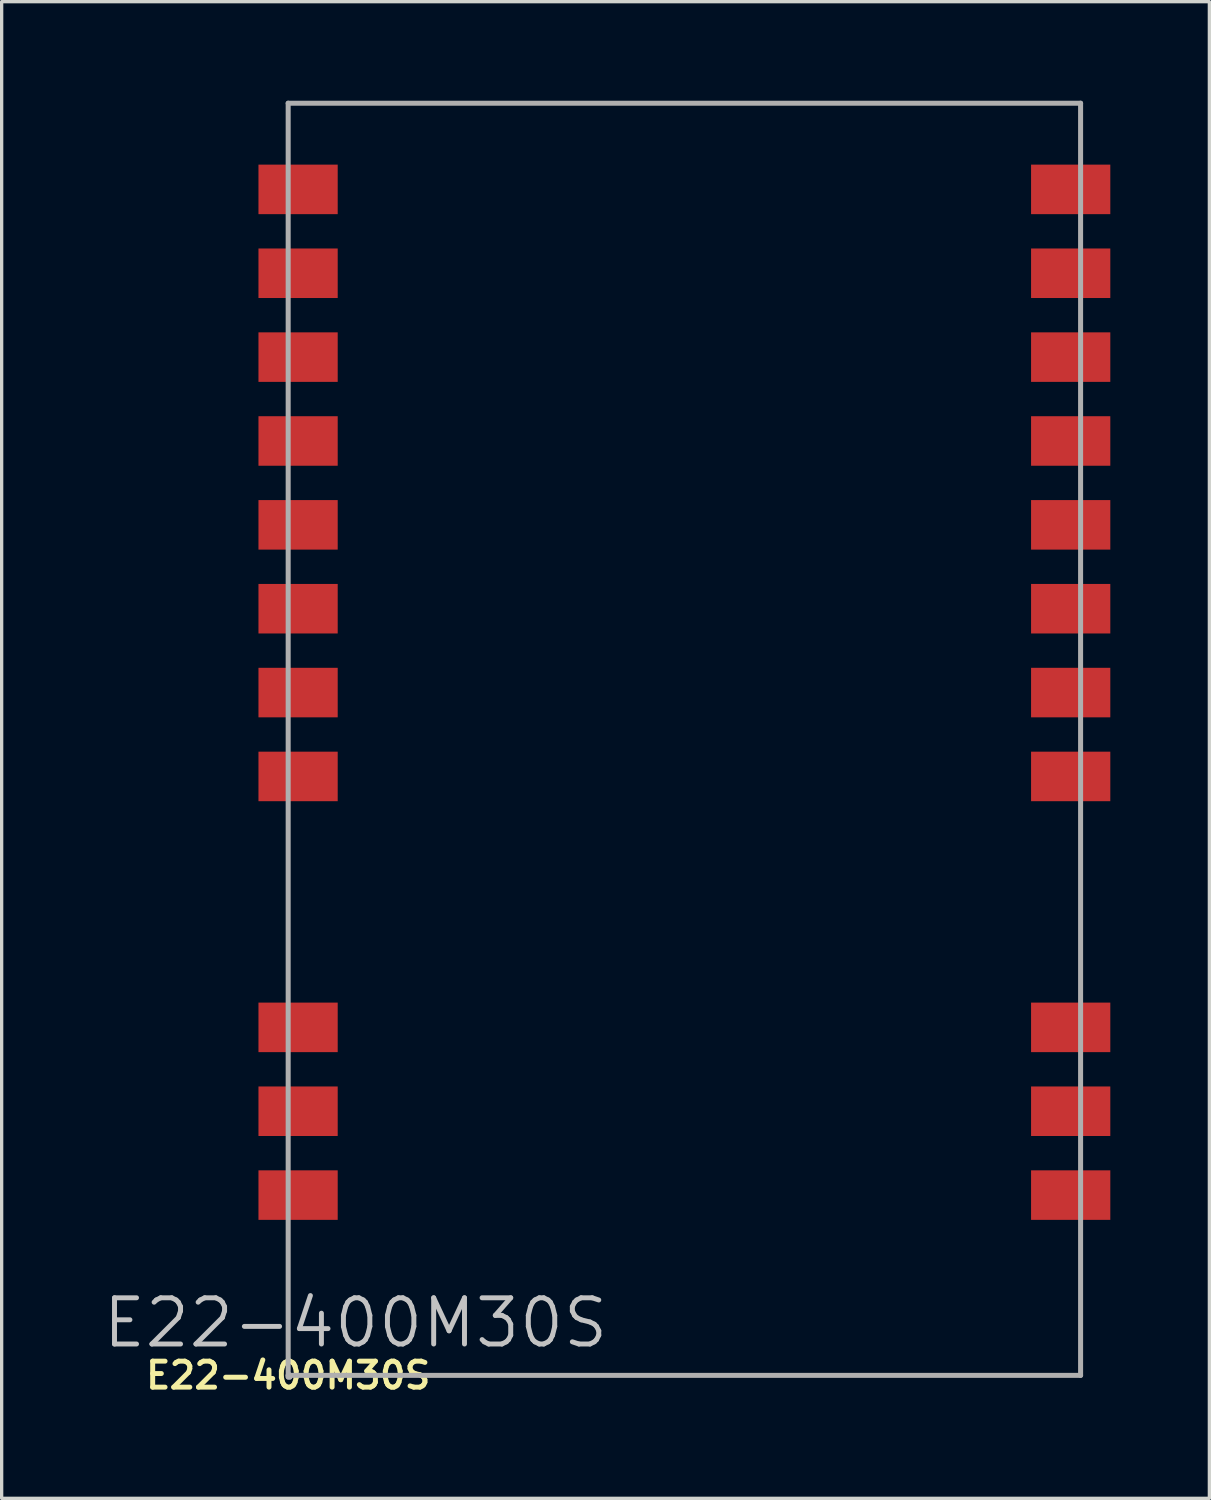
<source format=kicad_pcb>
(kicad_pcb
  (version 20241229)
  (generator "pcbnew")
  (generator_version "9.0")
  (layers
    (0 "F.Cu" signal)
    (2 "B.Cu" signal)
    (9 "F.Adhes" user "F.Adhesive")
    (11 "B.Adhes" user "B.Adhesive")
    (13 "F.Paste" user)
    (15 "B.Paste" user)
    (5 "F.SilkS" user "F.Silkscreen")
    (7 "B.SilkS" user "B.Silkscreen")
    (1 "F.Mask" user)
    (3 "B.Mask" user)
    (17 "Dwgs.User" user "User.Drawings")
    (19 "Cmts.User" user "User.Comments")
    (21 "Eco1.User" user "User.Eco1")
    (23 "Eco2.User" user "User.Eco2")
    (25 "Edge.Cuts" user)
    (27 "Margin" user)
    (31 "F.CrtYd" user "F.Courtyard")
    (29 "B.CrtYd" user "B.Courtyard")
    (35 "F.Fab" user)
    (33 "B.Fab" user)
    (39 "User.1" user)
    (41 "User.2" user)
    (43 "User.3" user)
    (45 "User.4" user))
  (footprint "E22-400M30S"
    (layer "F.Cu")
    (at 5.678 38.606)
    (property "Reference" "E22-400M30S" (at 0 0 0) (layer "F.SilkS") (effects (font (size 0.787 0.787) (thickness 0.15))))
    (attr smd)
    (fp_line (start 0 -38.53) (end 0 0) (stroke (width 0.152) (type solid)) (layer "F.Fab"))
    (fp_line (start 0 0) (end 0 0.05) (stroke (width 0.152) (type solid)) (layer "F.Fab"))
    (fp_line (start 0 0) (end 24 0) (stroke (width 0.152) (type solid)) (layer "F.Fab"))
    (fp_line (start 0 0.05) (end 0.05 0.05) (stroke (width 0.152) (type solid)) (layer "F.Fab"))
    (fp_line (start 0.05 -0.01) (end 0.03 -0.01) (stroke (width 0.152) (type solid)) (layer "F.Fab"))
    (fp_line (start 0.05 0.05) (end 0.05 -0.01) (stroke (width 0.152) (type solid)) (layer "F.Fab"))
    (fp_line (start 24 -38.53) (end 0 -38.53) (stroke (width 0.152) (type solid)) (layer "F.Fab"))
    (fp_line (start 24 0) (end 24 -38.53) (stroke (width 0.152) (type solid)) (layer "F.Fab"))
    (fp_text user "E22-400M30S" (at 2.04 -1.59 0) (layer "Dwgs.User") (effects (font (size 1.4 1.4) (thickness 0.15))))
    (pad "1-GND" smd rect (at 23.7 -5.46) (size 2.4 1.5) (layers "F.Cu" "F.Mask" "F.Paste"))
    (pad "2-GND" smd rect (at 23.7 -8) (size 2.4 1.5) (layers "F.Cu" "F.Mask" "F.Paste"))
    (pad "3-GND" smd rect (at 23.7 -10.54) (size 2.4 1.5) (layers "F.Cu" "F.Mask" "F.Paste"))
    (pad "4-GND" smd rect (at 23.7 -18.14) (size 2.4 1.5) (layers "F.Cu" "F.Mask" "F.Paste"))
    (pad "5-GND" smd rect (at 23.7 -20.68) (size 2.4 1.5) (layers "F.Cu" "F.Mask" "F.Paste"))
    (pad "6-RXEN" smd rect (at 23.7 -23.22) (size 2.4 1.5) (layers "F.Cu" "F.Mask" "F.Paste"))
    (pad "7-TXEN" smd rect (at 23.7 -25.76) (size 2.4 1.5) (layers "F.Cu" "F.Mask" "F.Paste"))
    (pad "8-DIO2" smd rect (at 23.7 -28.3) (size 2.4 1.5) (layers "F.Cu" "F.Mask" "F.Paste"))
    (pad "9-VCC" smd rect (at 23.7 -30.84) (size 2.4 1.5) (layers "F.Cu" "F.Mask" "F.Paste"))
    (pad "10-VCC" smd rect (at 23.7 -33.38) (size 2.4 1.5) (layers "F.Cu" "F.Mask" "F.Paste"))
    (pad "11-GND" smd rect (at 23.7 -35.92) (size 2.4 1.5) (layers "F.Cu" "F.Mask" "F.Paste"))
    (pad "12-GND" smd rect (at 0.3 -35.92) (size 2.4 1.5) (layers "F.Cu" "F.Mask" "F.Paste"))
    (pad "13-DIO1" smd rect (at 0.3 -33.38) (size 2.4 1.5) (layers "F.Cu" "F.Mask" "F.Paste"))
    (pad "14-BUSY" smd rect (at 0.3 -30.84) (size 2.4 1.5) (layers "F.Cu" "F.Mask" "F.Paste"))
    (pad "15-NRESET" smd rect (at 0.3 -28.3) (size 2.4 1.5) (layers "F.Cu" "F.Mask" "F.Paste"))
    (pad "16-MISO" smd rect (at 0.3 -25.76) (size 2.4 1.5) (layers "F.Cu" "F.Mask" "F.Paste"))
    (pad "17-MOSI" smd rect (at 0.3 -23.22) (size 2.4 1.5) (layers "F.Cu" "F.Mask" "F.Paste"))
    (pad "18-SCK" smd rect (at 0.3 -20.68) (size 2.4 1.5) (layers "F.Cu" "F.Mask" "F.Paste"))
    (pad "19-NSS" smd rect (at 0.3 -18.14) (size 2.4 1.5) (layers "F.Cu" "F.Mask" "F.Paste"))
    (pad "20-GND" smd rect (at 0.3 -10.54) (size 2.4 1.5) (layers "F.Cu" "F.Mask" "F.Paste"))
    (pad "21-ANT" smd rect (at 0.3 -8) (size 2.4 1.5) (layers "F.Cu" "F.Mask" "F.Paste"))
    (pad "22-GND" smd rect (at 0.3 -5.46) (size 2.4 1.5) (layers "F.Cu" "F.Mask" "F.Paste")))
  (gr_rect
    (start -3 -3)
    (end 33.578 42.33)
    (stroke (width 0.1) (type default))
    (fill no)
    (layer "Edge.Cuts")))
</source>
